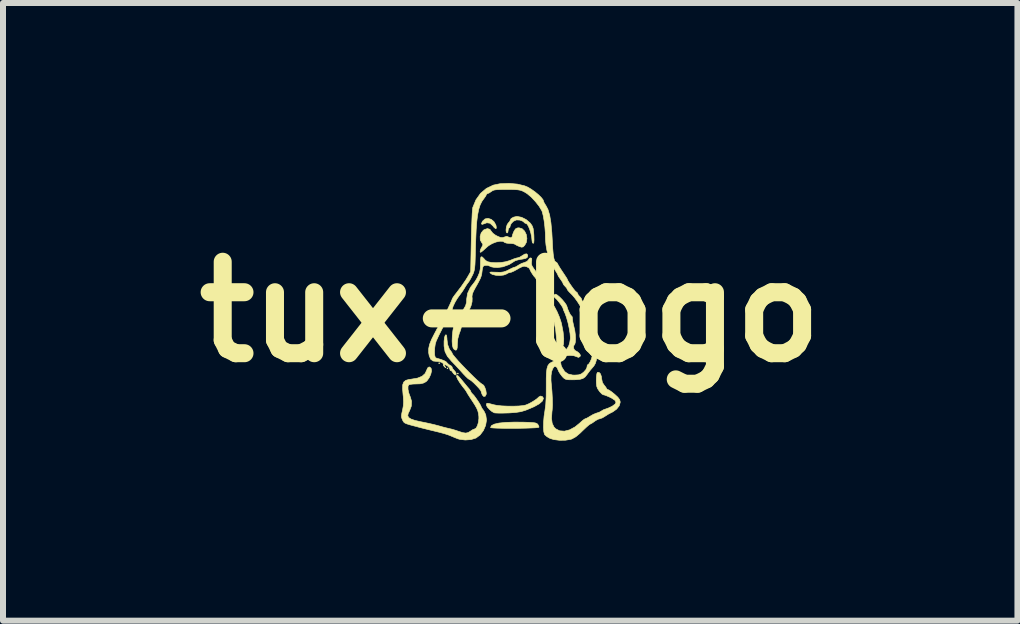
<source format=kicad_pcb>
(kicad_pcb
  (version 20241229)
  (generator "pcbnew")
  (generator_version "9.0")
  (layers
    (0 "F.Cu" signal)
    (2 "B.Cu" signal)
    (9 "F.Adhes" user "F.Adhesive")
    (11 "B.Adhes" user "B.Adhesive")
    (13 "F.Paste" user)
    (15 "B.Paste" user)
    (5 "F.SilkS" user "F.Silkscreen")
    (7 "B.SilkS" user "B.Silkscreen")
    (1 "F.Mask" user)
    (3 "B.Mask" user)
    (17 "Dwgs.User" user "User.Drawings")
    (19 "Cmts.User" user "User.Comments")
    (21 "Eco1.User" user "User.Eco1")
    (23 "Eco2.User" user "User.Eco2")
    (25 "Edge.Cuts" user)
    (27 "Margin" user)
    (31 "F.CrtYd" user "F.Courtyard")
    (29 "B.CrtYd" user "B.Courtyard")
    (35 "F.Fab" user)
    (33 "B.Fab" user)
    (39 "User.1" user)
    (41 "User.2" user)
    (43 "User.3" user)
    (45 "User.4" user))
  (footprint "tux-logo"
    (layer "F.Cu")
    (at 5.45 2.145)
    (property "Reference" "tux-logo" (at 0 0 0) (layer "F.SilkS") (effects (font (size 1.524 1.524) (thickness 0.3))))
    (attr through_hole)
    (fp_poly (pts (xy -1.175 0.855) (xy -1.184 0.864) (xy -1.192 0.855) (xy -1.184 0.847) (xy -1.175 0.855)) (stroke (width 0.01) (type solid)) (fill yes) (layer "F.SilkS"))
    (fp_poly (pts (xy -1.037 0.942) (xy -1.045 0.95) (xy -1.054 0.942) (xy -1.045 0.933) (xy -1.037 0.942)) (stroke (width 0.01) (type solid)) (fill yes) (layer "F.SilkS"))
    (fp_poly (pts (xy -0.864 1.028) (xy -0.873 1.037) (xy -0.881 1.028) (xy -0.873 1.019) (xy -0.864 1.028)) (stroke (width 0.01) (type solid)) (fill yes) (layer "F.SilkS"))
    (fp_poly (pts (xy -0.318 -1.541) (xy -0.272 -1.504) (xy -0.24 -1.448) (xy -0.235 -1.43) (xy -0.231 -1.393) (xy -0.243 -1.385) (xy -0.27 -1.408) (xy -0.291 -1.434) (xy -0.337 -1.476) (xy -0.389 -1.484) (xy -0.435 -1.467) (xy -0.469 -1.456) (xy -0.48 -1.468) (xy -0.465 -1.503) (xy -0.46 -1.511) (xy -0.419 -1.548) (xy -0.369 -1.557) (xy -0.318 -1.541)) (stroke (width 0.01) (type solid)) (fill yes) (layer "F.SilkS"))
    (fp_poly (pts (xy 0.214 1.838) (xy 0.308 1.841) (xy 0.372 1.845) (xy 0.415 1.85) (xy 0.441 1.859) (xy 0.457 1.871) (xy 0.461 1.876) (xy 0.477 1.907) (xy 0.479 1.922) (xy 0.462 1.927) (xy 0.415 1.932) (xy 0.346 1.935) (xy 0.261 1.938) (xy 0.164 1.94) (xy 0.062 1.941) (xy -0.038 1.941) (xy -0.133 1.94) (xy -0.215 1.938) (xy -0.278 1.935) (xy -0.318 1.931) (xy -0.328 1.927) (xy -0.312 1.895) (xy -0.265 1.871) (xy -0.187 1.853) (xy -0.077 1.842) (xy 0.067 1.837) (xy 0.214 1.838)) (stroke (width 0.01) (type solid)) (fill yes) (layer "F.SilkS"))
    (fp_poly (pts (xy 0.536 1.412) (xy 0.553 1.438) (xy 0.553 1.443) (xy 0.536 1.486) (xy 0.484 1.532) (xy 0.398 1.58) (xy 0.278 1.631) (xy 0.249 1.642) (xy 0.177 1.663) (xy 0.093 1.676) (xy -0.013 1.684) (xy -0.043 1.685) (xy -0.123 1.687) (xy -0.193 1.687) (xy -0.243 1.685) (xy -0.263 1.683) (xy -0.303 1.662) (xy -0.345 1.627) (xy -0.38 1.588) (xy -0.397 1.555) (xy -0.397 1.551) (xy -0.395 1.531) (xy -0.384 1.523) (xy -0.356 1.526) (xy -0.304 1.54) (xy -0.284 1.546) (xy -0.224 1.558) (xy -0.142 1.567) (xy -0.048 1.571) (xy 0.05 1.572) (xy 0.141 1.569) (xy 0.216 1.562) (xy 0.261 1.552) (xy 0.317 1.528) (xy 0.379 1.493) (xy 0.435 1.456) (xy 0.473 1.423) (xy 0.477 1.418) (xy 0.506 1.403) (xy 0.536 1.412)) (stroke (width 0.01) (type solid)) (fill yes) (layer "F.SilkS"))
    (fp_poly (pts (xy 0.189 -1.575) (xy 0.264 -1.538) (xy 0.33 -1.482) (xy 0.344 -1.465) (xy 0.367 -1.43) (xy 0.382 -1.388) (xy 0.39 -1.328) (xy 0.394 -1.277) (xy 0.396 -1.2) (xy 0.393 -1.155) (xy 0.383 -1.14) (xy 0.382 -1.14) (xy 0.368 -1.155) (xy 0.363 -1.188) (xy 0.357 -1.248) (xy 0.343 -1.314) (xy 0.323 -1.378) (xy 0.301 -1.43) (xy 0.279 -1.463) (xy 0.267 -1.469) (xy 0.239 -1.482) (xy 0.23 -1.493) (xy 0.205 -1.512) (xy 0.161 -1.528) (xy 0.155 -1.529) (xy 0.102 -1.531) (xy 0.057 -1.511) (xy 0.047 -1.503) (xy 0.015 -1.469) (xy 0.000102 -1.435) (xy 0 -1.433) (xy -0.007 -1.406) (xy -0.017 -1.4) (xy -0.03 -1.385) (xy -0.035 -1.356) (xy -0.04 -1.324) (xy -0.052 -1.313) (xy -0.066 -1.328) (xy -0.07 -1.363) (xy -0.065 -1.408) (xy -0.052 -1.45) (xy -0.035 -1.477) (xy -0.009 -1.506) (xy 0 -1.526) (xy 0.015 -1.554) (xy 0.055 -1.577) (xy 0.107 -1.589) (xy 0.119 -1.589) (xy 0.189 -1.575)) (stroke (width 0.01) (type solid)) (fill yes) (layer "F.SilkS"))
    (fp_poly (pts (xy -1.059 0.398) (xy -1.054 0.446) (xy -1.054 0.456) (xy -1.043 0.545) (xy -1.014 0.621) (xy -0.989 0.654) (xy -0.971 0.68) (xy -0.968 0.69) (xy -0.956 0.712) (xy -0.923 0.753) (xy -0.875 0.809) (xy -0.815 0.874) (xy -0.748 0.944) (xy -0.679 1.014) (xy -0.612 1.08) (xy -0.552 1.137) (xy -0.503 1.18) (xy -0.47 1.205) (xy -0.46 1.21) (xy -0.441 1.225) (xy -0.422 1.262) (xy -0.406 1.309) (xy -0.399 1.354) (xy -0.4 1.374) (xy -0.417 1.406) (xy -0.443 1.409) (xy -0.465 1.384) (xy -0.48 1.346) (xy -0.484 1.326) (xy -0.496 1.304) (xy -0.526 1.267) (xy -0.568 1.223) (xy -0.612 1.179) (xy -0.653 1.144) (xy -0.681 1.125) (xy -0.687 1.123) (xy -0.704 1.111) (xy -0.738 1.079) (xy -0.782 1.033) (xy -0.796 1.017) (xy -0.856 0.951) (xy -0.922 0.88) (xy -0.979 0.821) (xy -1.046 0.742) (xy -1.086 0.663) (xy -1.102 0.571) (xy -1.102 0.489) (xy -1.095 0.429) (xy -1.083 0.392) (xy -1.07 0.381) (xy -1.059 0.398)) (stroke (width 0.01) (type solid)) (fill yes) (layer "F.SilkS"))
    (fp_poly (pts (xy 0.199 -1.384) (xy 0.24 -1.344) (xy 0.268 -1.287) (xy 0.278 -1.222) (xy 0.269 -1.158) (xy 0.241 -1.108) (xy 0.215 -1.082) (xy 0.189 -1.077) (xy 0.151 -1.089) (xy 0.108 -1.108) (xy 0.08 -1.125) (xy 0.079 -1.126) (xy 0.052 -1.135) (xy 0.006 -1.14) (xy -0.011 -1.14) (xy -0.059 -1.144) (xy -0.09 -1.154) (xy -0.095 -1.158) (xy -0.124 -1.175) (xy -0.174 -1.176) (xy -0.236 -1.163) (xy -0.3 -1.138) (xy -0.359 -1.103) (xy -0.381 -1.085) (xy -0.437 -1.035) (xy -0.472 -1.005) (xy -0.491 -0.992) (xy -0.499 -0.994) (xy -0.501 -1.007) (xy -0.501 -1.009) (xy -0.492 -1.044) (xy -0.473 -1.08) (xy -0.456 -1.112) (xy -0.459 -1.133) (xy -0.473 -1.15) (xy -0.499 -1.197) (xy -0.501 -1.256) (xy -0.484 -1.314) (xy -0.448 -1.359) (xy -0.435 -1.368) (xy -0.38 -1.387) (xy -0.339 -1.375) (xy -0.315 -1.341) (xy -0.289 -1.309) (xy -0.244 -1.276) (xy -0.219 -1.263) (xy -0.168 -1.241) (xy -0.133 -1.236) (xy -0.099 -1.245) (xy -0.098 -1.246) (xy -0.058 -1.258) (xy -0.029 -1.247) (xy -0.027 -1.245) (xy 0.005 -1.233) (xy 0.029 -1.246) (xy 0.035 -1.264) (xy 0.041 -1.29) (xy 0.058 -1.332) (xy 0.062 -1.341) (xy 0.087 -1.381) (xy 0.118 -1.397) (xy 0.146 -1.4) (xy 0.199 -1.384)) (stroke (width 0.01) (type solid)) (fill yes) (layer "F.SilkS"))
    (fp_poly (pts (xy 0.357 -0.891) (xy 0.359 -0.863) (xy 0.356 -0.84) (xy 0.353 -0.801) (xy 0.363 -0.765) (xy 0.392 -0.72) (xy 0.406 -0.702) (xy 0.438 -0.657) (xy 0.461 -0.624) (xy 0.467 -0.611) (xy 0.477 -0.593) (xy 0.503 -0.563) (xy 0.539 -0.511) (xy 0.574 -0.431) (xy 0.607 -0.321) (xy 0.614 -0.294) (xy 0.632 -0.238) (xy 0.654 -0.194) (xy 0.667 -0.178) (xy 0.702 -0.14) (xy 0.741 -0.078) (xy 0.782 -0.000366) (xy 0.818 0.084) (xy 0.846 0.167) (xy 0.855 0.199) (xy 0.881 0.335) (xy 0.892 0.448) (xy 0.888 0.536) (xy 0.869 0.598) (xy 0.835 0.631) (xy 0.819 0.636) (xy 0.802 0.636) (xy 0.791 0.627) (xy 0.784 0.603) (xy 0.779 0.557) (xy 0.774 0.485) (xy 0.773 0.463) (xy 0.756 0.291) (xy 0.725 0.147) (xy 0.68 0.024) (xy 0.617 -0.082) (xy 0.565 -0.144) (xy 0.527 -0.189) (xy 0.509 -0.222) (xy 0.506 -0.258) (xy 0.509 -0.286) (xy 0.511 -0.34) (xy 0.498 -0.398) (xy 0.474 -0.459) (xy 0.449 -0.513) (xy 0.428 -0.553) (xy 0.417 -0.57) (xy 0.396 -0.593) (xy 0.369 -0.631) (xy 0.344 -0.672) (xy 0.33 -0.701) (xy 0.328 -0.707) (xy 0.313 -0.73) (xy 0.278 -0.75) (xy 0.236 -0.76) (xy 0.229 -0.76) (xy 0.197 -0.751) (xy 0.149 -0.728) (xy 0.115 -0.708) (xy 0.064 -0.68) (xy 0.021 -0.661) (xy 0.003 -0.657) (xy -0.035 -0.647) (xy -0.061 -0.631) (xy -0.108 -0.613) (xy -0.172 -0.605) (xy -0.24 -0.609) (xy -0.297 -0.623) (xy -0.318 -0.635) (xy -0.337 -0.651) (xy -0.338 -0.659) (xy -0.318 -0.663) (xy -0.271 -0.661) (xy -0.235 -0.66) (xy -0.163 -0.658) (xy -0.111 -0.665) (xy -0.064 -0.681) (xy -0.029 -0.698) (xy 0.02 -0.723) (xy 0.058 -0.74) (xy 0.072 -0.743) (xy 0.097 -0.752) (xy 0.134 -0.775) (xy 0.138 -0.778) (xy 0.189 -0.806) (xy 0.24 -0.823) (xy 0.282 -0.841) (xy 0.303 -0.866) (xy 0.323 -0.893) (xy 0.34 -0.899) (xy 0.357 -0.891)) (stroke (width 0.01) (type solid)) (fill yes) (layer "F.SilkS"))
    (fp_poly (pts (xy 0.291 -0.946) (xy 0.291 -0.929) (xy 0.282 -0.905) (xy 0.259 -0.891) (xy 0.212 -0.88) (xy 0.192 -0.877) (xy 0.136 -0.867) (xy 0.094 -0.855) (xy 0.079 -0.849) (xy -0.018 -0.788) (xy -0.122 -0.75) (xy -0.211 -0.738) (xy -0.27 -0.741) (xy -0.316 -0.75) (xy -0.335 -0.759) (xy -0.371 -0.773) (xy -0.409 -0.774) (xy -0.439 -0.768) (xy -0.455 -0.75) (xy -0.464 -0.713) (xy -0.468 -0.683) (xy -0.474 -0.635) (xy -0.483 -0.597) (xy -0.497 -0.558) (xy -0.521 -0.51) (xy -0.556 -0.445) (xy -0.577 -0.409) (xy -0.612 -0.344) (xy -0.631 -0.296) (xy -0.637 -0.256) (xy -0.634 -0.223) (xy -0.636 -0.167) (xy -0.652 -0.103) (xy -0.676 -0.047) (xy -0.705 -0.011) (xy -0.708 -0.009) (xy -0.723 0.016) (xy -0.726 0.034) (xy -0.732 0.064) (xy -0.739 0.072) (xy -0.756 0.092) (xy -0.777 0.133) (xy -0.797 0.181) (xy -0.81 0.224) (xy -0.812 0.241) (xy -0.819 0.276) (xy -0.835 0.326) (xy -0.847 0.354) (xy -0.873 0.447) (xy -0.881 0.537) (xy -0.883 0.597) (xy -0.891 0.629) (xy -0.905 0.639) (xy -0.907 0.639) (xy -0.934 0.626) (xy -0.951 0.603) (xy -0.964 0.557) (xy -0.968 0.487) (xy -0.965 0.404) (xy -0.956 0.318) (xy -0.941 0.237) (xy -0.921 0.174) (xy -0.918 0.165) (xy -0.891 0.113) (xy -0.865 0.071) (xy -0.853 0.056) (xy -0.83 0.028) (xy -0.797 -0.016) (xy -0.777 -0.043) (xy -0.743 -0.102) (xy -0.728 -0.158) (xy -0.726 -0.211) (xy -0.71 -0.309) (xy -0.664 -0.406) (xy -0.603 -0.484) (xy -0.581 -0.514) (xy -0.553 -0.562) (xy -0.536 -0.596) (xy -0.511 -0.656) (xy -0.499 -0.715) (xy -0.496 -0.79) (xy -0.496 -0.809) (xy -0.495 -0.877) (xy -0.488 -0.913) (xy -0.472 -0.918) (xy -0.444 -0.893) (xy -0.411 -0.856) (xy -0.375 -0.835) (xy -0.314 -0.822) (xy -0.237 -0.818) (xy -0.154 -0.822) (xy -0.073 -0.835) (xy -0.003 -0.856) (xy 0.007 -0.86) (xy 0.06 -0.882) (xy 0.104 -0.896) (xy 0.121 -0.899) (xy 0.155 -0.909) (xy 0.195 -0.933) (xy 0.242 -0.962) (xy 0.275 -0.966) (xy 0.291 -0.946)) (stroke (width 0.01) (type solid)) (fill yes) (layer "F.SilkS"))
    (fp_poly (pts (xy -1.325 0.932) (xy -1.316 0.946) (xy -1.311 0.986) (xy -1.324 1.041) (xy -1.351 1.099) (xy -1.386 1.148) (xy -1.405 1.165) (xy -1.447 1.187) (xy -1.501 1.199) (xy -1.561 1.201) (xy -1.621 1.203) (xy -1.669 1.209) (xy -1.69 1.216) (xy -1.703 1.242) (xy -1.703 1.29) (xy -1.691 1.348) (xy -1.67 1.406) (xy -1.666 1.414) (xy -1.644 1.489) (xy -1.648 1.571) (xy -1.676 1.645) (xy -1.7 1.693) (xy -1.707 1.731) (xy -1.692 1.761) (xy -1.653 1.786) (xy -1.587 1.809) (xy -1.491 1.831) (xy -1.439 1.841) (xy -1.354 1.859) (xy -1.267 1.879) (xy -1.195 1.898) (xy -1.184 1.901) (xy -1.117 1.92) (xy -1.053 1.936) (xy -1.019 1.944) (xy -0.968 1.956) (xy -0.902 1.976) (xy -0.868 1.988) (xy -0.794 2.012) (xy -0.741 2.02) (xy -0.699 2.011) (xy -0.661 1.987) (xy -0.624 1.963) (xy -0.596 1.953) (xy -0.596 1.953) (xy -0.569 1.937) (xy -0.546 1.896) (xy -0.529 1.838) (xy -0.522 1.774) (xy -0.523 1.738) (xy -0.53 1.689) (xy -0.541 1.646) (xy -0.56 1.603) (xy -0.59 1.55) (xy -0.636 1.479) (xy -0.652 1.455) (xy -0.687 1.401) (xy -0.713 1.36) (xy -0.725 1.338) (xy -0.726 1.336) (xy -0.736 1.319) (xy -0.761 1.284) (xy -0.784 1.256) (xy -0.836 1.186) (xy -0.873 1.127) (xy -0.893 1.083) (xy -0.893 1.06) (xy -0.883 1.058) (xy -0.866 1.069) (xy -0.839 1.098) (xy -0.797 1.148) (xy -0.756 1.198) (xy -0.72 1.242) (xy -0.688 1.279) (xy -0.687 1.28) (xy -0.664 1.311) (xy -0.657 1.328) (xy -0.645 1.351) (xy -0.63 1.366) (xy -0.606 1.391) (xy -0.574 1.434) (xy -0.54 1.483) (xy -0.509 1.531) (xy -0.489 1.568) (xy -0.484 1.581) (xy -0.473 1.604) (xy -0.456 1.626) (xy -0.432 1.663) (xy -0.409 1.713) (xy -0.407 1.72) (xy -0.395 1.803) (xy -0.41 1.892) (xy -0.447 1.978) (xy -0.502 2.051) (xy -0.57 2.102) (xy -0.653 2.128) (xy -0.749 2.135) (xy -0.841 2.124) (xy -0.873 2.115) (xy -0.933 2.091) (xy -0.992 2.066) (xy -0.999 2.063) (xy -1.041 2.047) (xy -1.105 2.027) (xy -1.183 2.006) (xy -1.232 1.994) (xy -1.319 1.973) (xy -1.404 1.952) (xy -1.476 1.934) (xy -1.503 1.927) (xy -1.602 1.901) (xy -1.673 1.882) (xy -1.721 1.867) (xy -1.752 1.854) (xy -1.771 1.84) (xy -1.783 1.823) (xy -1.794 1.802) (xy -1.808 1.767) (xy -1.812 1.734) (xy -1.806 1.689) (xy -1.794 1.638) (xy -1.781 1.567) (xy -1.777 1.499) (xy -1.781 1.417) (xy -1.785 1.381) (xy -1.793 1.284) (xy -1.791 1.215) (xy -1.774 1.17) (xy -1.741 1.142) (xy -1.689 1.127) (xy -1.65 1.122) (xy -1.544 1.104) (xy -1.468 1.073) (xy -1.418 1.028) (xy -1.397 0.983) (xy -1.375 0.934) (xy -1.35 0.917) (xy -1.325 0.932)) (stroke (width 0.01) (type solid)) (fill yes) (layer "F.SilkS"))
    (fp_poly (pts (xy 0.12 -2.128) (xy 0.24 -2.099) (xy 0.293 -2.077) (xy 0.35 -2.043) (xy 0.411 -2) (xy 0.469 -1.952) (xy 0.516 -1.906) (xy 0.546 -1.868) (xy 0.553 -1.85) (xy 0.563 -1.821) (xy 0.587 -1.781) (xy 0.593 -1.773) (xy 0.628 -1.707) (xy 0.657 -1.611) (xy 0.678 -1.484) (xy 0.693 -1.325) (xy 0.7 -1.201) (xy 0.707 -1.066) (xy 0.716 -0.963) (xy 0.727 -0.891) (xy 0.741 -0.847) (xy 0.759 -0.83) (xy 0.763 -0.829) (xy 0.781 -0.815) (xy 0.79 -0.799) (xy 0.805 -0.771) (xy 0.834 -0.723) (xy 0.871 -0.667) (xy 0.876 -0.66) (xy 0.911 -0.607) (xy 0.938 -0.566) (xy 0.95 -0.545) (xy 0.95 -0.544) (xy 0.96 -0.521) (xy 0.985 -0.48) (xy 1.018 -0.432) (xy 1.052 -0.385) (xy 1.081 -0.349) (xy 1.098 -0.334) (xy 1.121 -0.314) (xy 1.123 -0.304) (xy 1.135 -0.279) (xy 1.158 -0.255) (xy 1.184 -0.223) (xy 1.192 -0.199) (xy 1.202 -0.176) (xy 1.21 -0.173) (xy 1.226 -0.157) (xy 1.251 -0.116) (xy 1.281 -0.054) (xy 1.314 0.021) (xy 1.347 0.103) (xy 1.379 0.186) (xy 1.405 0.264) (xy 1.424 0.329) (xy 1.429 0.35) (xy 1.441 0.388) (xy 1.453 0.407) (xy 1.464 0.431) (xy 1.468 0.483) (xy 1.467 0.556) (xy 1.46 0.643) (xy 1.448 0.732) (xy 1.434 0.808) (xy 1.418 0.86) (xy 1.395 0.9) (xy 1.377 0.922) (xy 1.332 0.974) (xy 1.289 1.031) (xy 1.282 1.041) (xy 1.249 1.083) (xy 1.211 1.11) (xy 1.16 1.125) (xy 1.087 1.131) (xy 1.032 1.132) (xy 0.968 1.131) (xy 0.928 1.125) (xy 0.899 1.11) (xy 0.871 1.083) (xy 0.864 1.074) (xy 0.83 1.029) (xy 0.806 0.989) (xy 0.802 0.979) (xy 0.78 0.929) (xy 0.755 0.909) (xy 0.73 0.916) (xy 0.708 0.947) (xy 0.69 0.996) (xy 0.68 1.062) (xy 0.679 1.139) (xy 0.681 1.169) (xy 0.695 1.322) (xy 0.702 1.447) (xy 0.704 1.55) (xy 0.699 1.636) (xy 0.695 1.667) (xy 0.688 1.775) (xy 0.699 1.857) (xy 0.729 1.919) (xy 0.757 1.948) (xy 0.823 1.982) (xy 0.903 1.988) (xy 0.99 1.966) (xy 1.08 1.917) (xy 1.154 1.857) (xy 1.198 1.817) (xy 1.234 1.789) (xy 1.253 1.78) (xy 1.277 1.771) (xy 1.317 1.748) (xy 1.331 1.739) (xy 1.383 1.709) (xy 1.435 1.688) (xy 1.443 1.686) (xy 1.489 1.67) (xy 1.521 1.651) (xy 1.557 1.63) (xy 1.593 1.618) (xy 1.639 1.601) (xy 1.692 1.576) (xy 1.701 1.571) (xy 1.747 1.537) (xy 1.762 1.506) (xy 1.746 1.475) (xy 1.696 1.441) (xy 1.655 1.42) (xy 1.604 1.398) (xy 1.564 1.384) (xy 1.551 1.382) (xy 1.528 1.369) (xy 1.496 1.336) (xy 1.482 1.318) (xy 1.455 1.278) (xy 1.441 1.239) (xy 1.435 1.186) (xy 1.434 1.139) (xy 1.437 1.078) (xy 1.443 1.032) (xy 1.452 1.01) (xy 1.48 1.009) (xy 1.504 1.034) (xy 1.519 1.079) (xy 1.521 1.105) (xy 1.536 1.178) (xy 1.564 1.22) (xy 1.592 1.255) (xy 1.606 1.28) (xy 1.607 1.283) (xy 1.621 1.295) (xy 1.629 1.296) (xy 1.652 1.307) (xy 1.692 1.335) (xy 1.74 1.374) (xy 1.741 1.375) (xy 1.792 1.422) (xy 1.82 1.459) (xy 1.831 1.492) (xy 1.832 1.509) (xy 1.816 1.565) (xy 1.772 1.621) (xy 1.708 1.667) (xy 1.683 1.679) (xy 1.634 1.705) (xy 1.582 1.738) (xy 1.579 1.74) (xy 1.536 1.766) (xy 1.499 1.779) (xy 1.495 1.78) (xy 1.461 1.79) (xy 1.418 1.815) (xy 1.407 1.823) (xy 1.369 1.85) (xy 1.343 1.865) (xy 1.34 1.866) (xy 1.317 1.879) (xy 1.273 1.917) (xy 1.205 1.981) (xy 1.161 2.024) (xy 1.094 2.08) (xy 1.029 2.117) (xy 1.011 2.123) (xy 0.92 2.139) (xy 0.82 2.14) (xy 0.726 2.128) (xy 0.662 2.108) (xy 0.614 2.081) (xy 0.579 2.051) (xy 0.571 2.041) (xy 0.559 1.996) (xy 0.554 1.925) (xy 0.556 1.836) (xy 0.564 1.738) (xy 0.578 1.648) (xy 0.592 1.542) (xy 0.599 1.407) (xy 0.6 1.24) (xy 0.6 1.235) (xy 0.6 1.111) (xy 0.603 1.017) (xy 0.612 0.947) (xy 0.627 0.898) (xy 0.65 0.865) (xy 0.682 0.843) (xy 0.708 0.832) (xy 0.752 0.805) (xy 0.78 0.77) (xy 0.801 0.737) (xy 0.819 0.725) (xy 0.849 0.712) (xy 0.888 0.678) (xy 0.93 0.634) (xy 0.964 0.587) (xy 0.974 0.57) (xy 0.991 0.516) (xy 1.001 0.451) (xy 1.002 0.43) (xy 0.997 0.363) (xy 0.983 0.277) (xy 0.963 0.184) (xy 0.939 0.098) (xy 0.915 0.03) (xy 0.908 0.015) (xy 0.89 -0.026) (xy 0.881 -0.053) (xy 0.881 -0.055) (xy 0.871 -0.079) (xy 0.845 -0.118) (xy 0.812 -0.163) (xy 0.779 -0.203) (xy 0.753 -0.228) (xy 0.75 -0.23) (xy 0.729 -0.254) (xy 0.73 -0.28) (xy 0.752 -0.294) (xy 0.755 -0.294) (xy 0.782 -0.281) (xy 0.821 -0.249) (xy 0.865 -0.205) (xy 0.905 -0.157) (xy 0.934 -0.115) (xy 0.943 -0.095) (xy 0.96 -0.042) (xy 0.982 0.009) (xy 1.004 0.05) (xy 1.02 0.069) (xy 1.022 0.069) (xy 1.033 0.084) (xy 1.037 0.118) (xy 1.042 0.164) (xy 1.055 0.224) (xy 1.062 0.252) (xy 1.076 0.313) (xy 1.085 0.382) (xy 1.088 0.448) (xy 1.085 0.504) (xy 1.076 0.539) (xy 1.071 0.544) (xy 1.055 0.572) (xy 1.057 0.609) (xy 1.074 0.64) (xy 1.086 0.647) (xy 1.123 0.668) (xy 1.15 0.692) (xy 1.17 0.722) (xy 1.163 0.744) (xy 1.16 0.747) (xy 1.136 0.759) (xy 1.106 0.747) (xy 1.059 0.731) (xy 0.994 0.726) (xy 0.928 0.732) (xy 0.893 0.742) (xy 0.853 0.773) (xy 0.837 0.825) (xy 0.848 0.891) (xy 0.863 0.926) (xy 0.907 0.995) (xy 0.963 1.035) (xy 1.039 1.053) (xy 1.075 1.054) (xy 1.138 1.05) (xy 1.183 1.035) (xy 1.222 1.006) (xy 1.259 0.965) (xy 1.278 0.927) (xy 1.279 0.92) (xy 1.284 0.889) (xy 1.292 0.881) (xy 1.311 0.866) (xy 1.333 0.83) (xy 1.353 0.784) (xy 1.364 0.741) (xy 1.365 0.729) (xy 1.37 0.681) (xy 1.382 0.624) (xy 1.384 0.616) (xy 1.391 0.534) (xy 1.375 0.429) (xy 1.339 0.311) (xy 1.32 0.255) (xy 1.3 0.189) (xy 1.295 0.173) (xy 1.272 0.111) (xy 1.241 0.053) (xy 1.232 0.04) (xy 1.207 0.001) (xy 1.193 -0.029) (xy 1.192 -0.033) (xy 1.182 -0.065) (xy 1.155 -0.115) (xy 1.118 -0.173) (xy 1.075 -0.232) (xy 1.034 -0.28) (xy 1.018 -0.296) (xy 0.98 -0.334) (xy 0.955 -0.364) (xy 0.95 -0.375) (xy 0.939 -0.398) (xy 0.916 -0.423) (xy 0.89 -0.452) (xy 0.881 -0.47) (xy 0.872 -0.493) (xy 0.847 -0.53) (xy 0.838 -0.543) (xy 0.811 -0.581) (xy 0.796 -0.607) (xy 0.795 -0.612) (xy 0.786 -0.632) (xy 0.763 -0.67) (xy 0.752 -0.687) (xy 0.725 -0.732) (xy 0.71 -0.768) (xy 0.708 -0.776) (xy 0.698 -0.808) (xy 0.682 -0.83) (xy 0.657 -0.873) (xy 0.633 -0.941) (xy 0.611 -1.024) (xy 0.596 -1.112) (xy 0.588 -1.196) (xy 0.587 -1.219) (xy 0.585 -1.315) (xy 0.577 -1.417) (xy 0.565 -1.515) (xy 0.55 -1.6) (xy 0.534 -1.664) (xy 0.526 -1.685) (xy 0.482 -1.758) (xy 0.421 -1.836) (xy 0.352 -1.91) (xy 0.283 -1.968) (xy 0.243 -1.993) (xy 0.204 -2.013) (xy 0.167 -2.026) (xy 0.126 -2.033) (xy 0.07 -2.037) (xy -0.007 -2.039) (xy -0.058 -2.039) (xy -0.15 -2.038) (xy -0.214 -2.036) (xy -0.258 -2.031) (xy -0.288 -2.022) (xy -0.311 -2.008) (xy -0.316 -2.004) (xy -0.352 -1.98) (xy -0.378 -1.97) (xy -0.379 -1.97) (xy -0.397 -1.958) (xy -0.397 -1.954) (xy -0.407 -1.931) (xy -0.432 -1.895) (xy -0.437 -1.889) (xy -0.473 -1.838) (xy -0.502 -1.779) (xy -0.525 -1.706) (xy -0.543 -1.616) (xy -0.557 -1.506) (xy -0.567 -1.372) (xy -0.574 -1.209) (xy -0.578 -1.089) (xy -0.581 -0.962) (xy -0.584 -0.865) (xy -0.587 -0.792) (xy -0.592 -0.738) (xy -0.598 -0.697) (xy -0.607 -0.664) (xy -0.618 -0.634) (xy -0.631 -0.607) (xy -0.659 -0.553) (xy -0.684 -0.51) (xy -0.697 -0.492) (xy -0.717 -0.466) (xy -0.746 -0.422) (xy -0.76 -0.398) (xy -0.797 -0.34) (xy -0.837 -0.285) (xy -0.849 -0.27) (xy -0.886 -0.217) (xy -0.922 -0.155) (xy -0.951 -0.094) (xy -0.966 -0.045) (xy -0.968 -0.032) (xy -0.977 -0.000427) (xy -0.985 0.009) (xy -1.002 0.029) (xy -1.027 0.071) (xy -1.052 0.118) (xy -1.087 0.19) (xy -1.128 0.271) (xy -1.153 0.32) (xy -1.186 0.385) (xy -1.216 0.449) (xy -1.234 0.489) (xy -1.249 0.539) (xy -1.258 0.601) (xy -1.261 0.665) (xy -1.259 0.72) (xy -1.249 0.757) (xy -1.24 0.767) (xy -1.155 0.793) (xy -1.1 0.814) (xy -1.067 0.833) (xy -1.053 0.849) (xy -1.023 0.879) (xy -1.002 0.89) (xy -0.974 0.908) (xy -0.968 0.923) (xy -0.956 0.95) (xy -0.933 0.976) (xy -0.908 1.007) (xy -0.899 1.035) (xy -0.906 1.051) (xy -0.92 1.05) (xy -0.944 1.03) (xy -0.961 1.005) (xy -0.979 0.981) (xy -0.991 0.979) (xy -1.001 0.976) (xy -1.002 0.965) (xy -1.016 0.931) (xy -1.047 0.899) (xy -1.082 0.882) (xy -1.088 0.881) (xy -1.101 0.887) (xy -1.089 0.908) (xy -1.086 0.911) (xy -1.071 0.932) (xy -1.08 0.928) (xy -1.093 0.918) (xy -1.113 0.894) (xy -1.114 0.881) (xy -1.117 0.86) (xy -1.145 0.84) (xy -1.189 0.828) (xy -1.225 0.826) (xy -1.285 0.819) (xy -1.326 0.788) (xy -1.35 0.73) (xy -1.359 0.68) (xy -1.359 0.614) (xy -1.344 0.543) (xy -1.31 0.459) (xy -1.276 0.392) (xy -1.258 0.357) (xy -1.232 0.308) (xy -1.224 0.292) (xy -1.199 0.249) (xy -1.178 0.219) (xy -1.172 0.214) (xy -1.158 0.195) (xy -1.134 0.152) (xy -1.105 0.093) (xy -1.095 0.072) (xy -1.062 -0.000217) (xy -1.03 -0.07) (xy -1.005 -0.123) (xy -1.002 -0.13) (xy -0.981 -0.176) (xy -0.967 -0.211) (xy -0.965 -0.218) (xy -0.951 -0.242) (xy -0.923 -0.281) (xy -0.911 -0.296) (xy -0.817 -0.419) (xy -0.737 -0.536) (xy -0.705 -0.589) (xy -0.659 -0.67) (xy -0.649 -1.178) (xy -0.646 -1.31) (xy -0.642 -1.432) (xy -0.638 -1.541) (xy -0.634 -1.63) (xy -0.629 -1.696) (xy -0.625 -1.734) (xy -0.624 -1.738) (xy -0.571 -1.866) (xy -0.495 -1.973) (xy -0.397 -2.056) (xy -0.282 -2.111) (xy -0.172 -2.134) (xy -0.02 -2.14) (xy 0.12 -2.128)) (stroke (width 0.01) (type solid)) (fill yes) (layer "F.SilkS")))
  (gr_rect
    (start -3 -3)
    (end 13.9 7.29)
    (stroke (width 0.1) (type default))
    (fill no)
    (layer "Edge.Cuts")))
</source>
